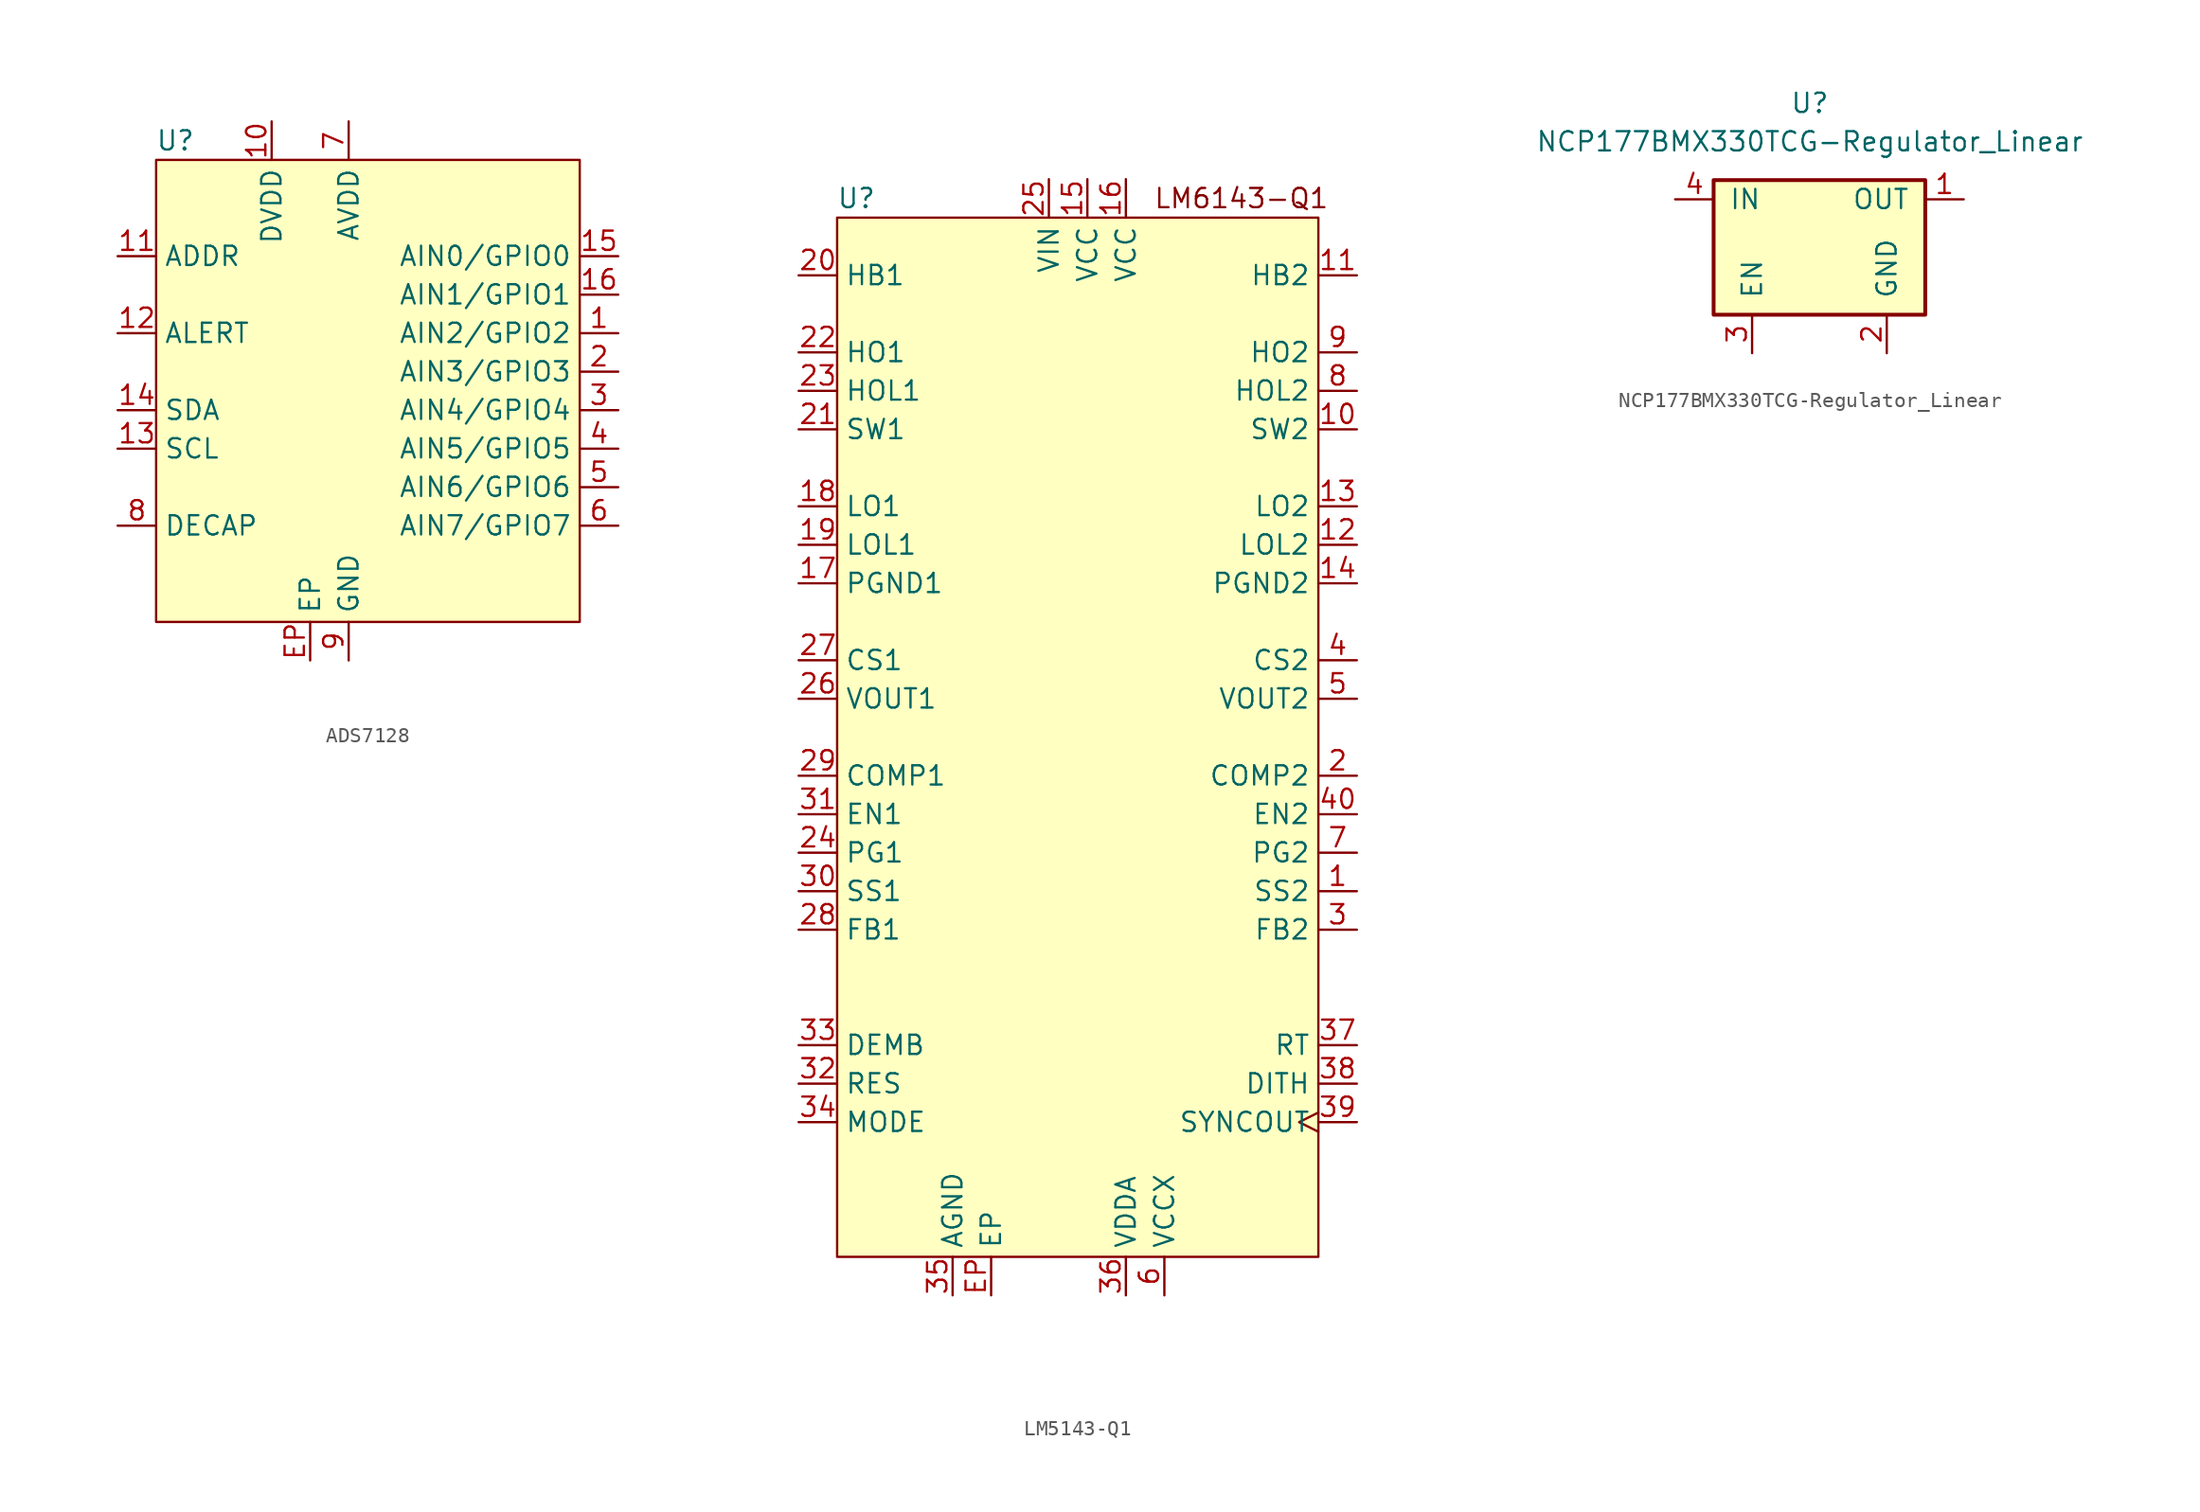
<source format=kicad_sym>
(kicad_symbol_lib
  (version 20220914)
  (generator kicad_symbol_editor)
  (symbol "ADS7128"
    (property "Reference" "U"
      (at -11.43 16.51 0)
      (effects (font (size 1.27 1.27))))
    (property "Value" ""
      (at -11.43 16.51 0)
      (effects (font (size 1.27 1.27))))
    (symbol "ADS7128_1_1"
      (rectangle (start -12.7 15.24) (end 15.24 -15.24) (stroke (width 0) (type default)) (fill (type background)))
      (pin bidirectional line (at 17.78 3.81 180) (length 2.54) (name "AIN2/GPIO2" (effects (font (size 1.27 1.27)))) (number "1" (effects (font (size 1.27 1.27)))))
      (pin power_in line (at -5.08 17.78 270) (length 2.54) (name "DVDD" (effects (font (size 1.27 1.27)))) (number "10" (effects (font (size 1.27 1.27)))))
      (pin input line (at -15.24 8.89 0) (length 2.54) (name "ADDR" (effects (font (size 1.27 1.27)))) (number "11" (effects (font (size 1.27 1.27)))))
      (pin output line (at -15.24 3.81 0) (length 2.54) (name "ALERT" (effects (font (size 1.27 1.27)))) (number "12" (effects (font (size 1.27 1.27)))))
      (pin bidirectional line (at -15.24 -3.81 0) (length 2.54) (name "SCL" (effects (font (size 1.27 1.27)))) (number "13" (effects (font (size 1.27 1.27)))))
      (pin bidirectional line (at -15.24 -1.27 0) (length 2.54) (name "SDA" (effects (font (size 1.27 1.27)))) (number "14" (effects (font (size 1.27 1.27)))))
      (pin bidirectional line (at 17.78 8.89 180) (length 2.54) (name "AIN0/GPIO0" (effects (font (size 1.27 1.27)))) (number "15" (effects (font (size 1.27 1.27)))))
      (pin bidirectional line (at 17.78 6.35 180) (length 2.54) (name "AIN1/GPIO1" (effects (font (size 1.27 1.27)))) (number "16" (effects (font (size 1.27 1.27)))))
      (pin bidirectional line (at 17.78 1.27 180) (length 2.54) (name "AIN3/GPIO3" (effects (font (size 1.27 1.27)))) (number "2" (effects (font (size 1.27 1.27)))))
      (pin bidirectional line (at 17.78 -1.27 180) (length 2.54) (name "AIN4/GPIO4" (effects (font (size 1.27 1.27)))) (number "3" (effects (font (size 1.27 1.27)))))
      (pin bidirectional line (at 17.78 -3.81 180) (length 2.54) (name "AIN5/GPIO5" (effects (font (size 1.27 1.27)))) (number "4" (effects (font (size 1.27 1.27)))))
      (pin bidirectional line (at 17.78 -6.35 180) (length 2.54) (name "AIN6/GPIO6" (effects (font (size 1.27 1.27)))) (number "5" (effects (font (size 1.27 1.27)))))
      (pin bidirectional line (at 17.78 -8.89 180) (length 2.54) (name "AIN7/GPIO7" (effects (font (size 1.27 1.27)))) (number "6" (effects (font (size 1.27 1.27)))))
      (pin power_in line (at 0 17.78 270) (length 2.54) (name "AVDD" (effects (font (size 1.27 1.27)))) (number "7" (effects (font (size 1.27 1.27)))))
      (pin power_in line (at -15.24 -8.89 0) (length 2.54) (name "DECAP" (effects (font (size 1.27 1.27)))) (number "8" (effects (font (size 1.27 1.27)))))
      (pin power_in line (at 0 -17.78 90) (length 2.54) (name "GND" (effects (font (size 1.27 1.27)))) (number "9" (effects (font (size 1.27 1.27)))))
      (pin free line (at -2.54 -17.78 90) (length 2.54) (name "EP" (effects (font (size 1.27 1.27)))) (number "EP" (effects (font (size 1.27 1.27)))))))
  (symbol "LM5143-Q1"
    (property "Reference" "U"
      (at -13.97 31.75 0)
      (effects (font (size 1.27 1.27))))
    (property "Value" ""
      (at 10.16 16.51 0)
      (effects (font (size 1.27 1.27))))
    (symbol "LM5143-Q1_1_1"
      (rectangle (start -15.24 30.48) (end 16.51 -38.1) (stroke (width 0) (type default)) (fill (type background)))
      (text "LM6143-Q1\n" (at 11.43 31.75 0) (effects (font (size 1.27 1.27))))
      (pin input line (at 19.05 -13.97 180) (length 2.54) (name "SS2" (effects (font (size 1.27 1.27)))) (number "1" (effects (font (size 1.27 1.27)))))
      (pin power_out line (at 19.05 16.51 180) (length 2.54) (name "SW2" (effects (font (size 1.27 1.27)))) (number "10" (effects (font (size 1.27 1.27)))))
      (pin power_out line (at 19.05 26.67 180) (length 2.54) (name "HB2" (effects (font (size 1.27 1.27)))) (number "11" (effects (font (size 1.27 1.27)))))
      (pin output line (at 19.05 8.89 180) (length 2.54) (name "LOL2" (effects (font (size 1.27 1.27)))) (number "12" (effects (font (size 1.27 1.27)))))
      (pin output line (at 19.05 11.43 180) (length 2.54) (name "LO2" (effects (font (size 1.27 1.27)))) (number "13" (effects (font (size 1.27 1.27)))))
      (pin power_in line (at 19.05 6.35 180) (length 2.54) (name "PGND2" (effects (font (size 1.27 1.27)))) (number "14" (effects (font (size 1.27 1.27)))))
      (pin power_in line (at 1.27 33.02 270) (length 2.54) (name "VCC" (effects (font (size 1.27 1.27)))) (number "15" (effects (font (size 1.27 1.27)))))
      (pin power_in line (at 3.81 33.02 270) (length 2.54) (name "VCC" (effects (font (size 1.27 1.27)))) (number "16" (effects (font (size 1.27 1.27)))))
      (pin power_in line (at -17.78 6.35 0) (length 2.54) (name "PGND1" (effects (font (size 1.27 1.27)))) (number "17" (effects (font (size 1.27 1.27)))))
      (pin output line (at -17.78 11.43 0) (length 2.54) (name "LO1" (effects (font (size 1.27 1.27)))) (number "18" (effects (font (size 1.27 1.27)))))
      (pin output line (at -17.78 8.89 0) (length 2.54) (name "LOL1" (effects (font (size 1.27 1.27)))) (number "19" (effects (font (size 1.27 1.27)))))
      (pin output line (at 19.05 -6.35 180) (length 2.54) (name "COMP2" (effects (font (size 1.27 1.27)))) (number "2" (effects (font (size 1.27 1.27)))))
      (pin power_out line (at -17.78 26.67 0) (length 2.54) (name "HB1" (effects (font (size 1.27 1.27)))) (number "20" (effects (font (size 1.27 1.27)))))
      (pin power_out line (at -17.78 16.51 0) (length 2.54) (name "SW1" (effects (font (size 1.27 1.27)))) (number "21" (effects (font (size 1.27 1.27)))))
      (pin output line (at -17.78 21.59 0) (length 2.54) (name "HO1" (effects (font (size 1.27 1.27)))) (number "22" (effects (font (size 1.27 1.27)))))
      (pin output line (at -17.78 19.05 0) (length 2.54) (name "HOL1" (effects (font (size 1.27 1.27)))) (number "23" (effects (font (size 1.27 1.27)))))
      (pin output line (at -17.78 -11.43 0) (length 2.54) (name "PG1" (effects (font (size 1.27 1.27)))) (number "24" (effects (font (size 1.27 1.27)))))
      (pin power_in line (at -1.27 33.02 270) (length 2.54) (name "VIN" (effects (font (size 1.27 1.27)))) (number "25" (effects (font (size 1.27 1.27)))))
      (pin power_out line (at -17.78 -1.27 0) (length 2.54) (name "VOUT1" (effects (font (size 1.27 1.27)))) (number "26" (effects (font (size 1.27 1.27)))))
      (pin input line (at -17.78 1.27 0) (length 2.54) (name "CS1" (effects (font (size 1.27 1.27)))) (number "27" (effects (font (size 1.27 1.27)))))
      (pin input line (at -17.78 -16.51 0) (length 2.54) (name "FB1" (effects (font (size 1.27 1.27)))) (number "28" (effects (font (size 1.27 1.27)))))
      (pin output line (at -17.78 -6.35 0) (length 2.54) (name "COMP1" (effects (font (size 1.27 1.27)))) (number "29" (effects (font (size 1.27 1.27)))))
      (pin input line (at 19.05 -16.51 180) (length 2.54) (name "FB2" (effects (font (size 1.27 1.27)))) (number "3" (effects (font (size 1.27 1.27)))))
      (pin input line (at -17.78 -13.97 0) (length 2.54) (name "SS1" (effects (font (size 1.27 1.27)))) (number "30" (effects (font (size 1.27 1.27)))))
      (pin input line (at -17.78 -8.89 0) (length 2.54) (name "EN1" (effects (font (size 1.27 1.27)))) (number "31" (effects (font (size 1.27 1.27)))))
      (pin output line (at -17.78 -26.67 0) (length 2.54) (name "RES" (effects (font (size 1.27 1.27)))) (number "32" (effects (font (size 1.27 1.27)))))
      (pin input line (at -17.78 -24.13 0) (length 2.54) (name "DEMB" (effects (font (size 1.27 1.27)))) (number "33" (effects (font (size 1.27 1.27)))))
      (pin input line (at -17.78 -29.21 0) (length 2.54) (name "MODE" (effects (font (size 1.27 1.27)))) (number "34" (effects (font (size 1.27 1.27)))))
      (pin power_in line (at -7.62 -40.64 90) (length 2.54) (name "AGND" (effects (font (size 1.27 1.27)))) (number "35" (effects (font (size 1.27 1.27)))))
      (pin output line (at 3.81 -40.64 90) (length 2.54) (name "VDDA" (effects (font (size 1.27 1.27)))) (number "36" (effects (font (size 1.27 1.27)))))
      (pin input line (at 19.05 -24.13 180) (length 2.54) (name "RT" (effects (font (size 1.27 1.27)))) (number "37" (effects (font (size 1.27 1.27)))))
      (pin input line (at 19.05 -26.67 180) (length 2.54) (name "DITH" (effects (font (size 1.27 1.27)))) (number "38" (effects (font (size 1.27 1.27)))))
      (pin output clock (at 19.05 -29.21 180) (length 2.54) (name "SYNCOUT" (effects (font (size 1.27 1.27)))) (number "39" (effects (font (size 1.27 1.27)))))
      (pin input line (at 19.05 1.27 180) (length 2.54) (name "CS2" (effects (font (size 1.27 1.27)))) (number "4" (effects (font (size 1.27 1.27)))))
      (pin input line (at 19.05 -8.89 180) (length 2.54) (name "EN2" (effects (font (size 1.27 1.27)))) (number "40" (effects (font (size 1.27 1.27)))))
      (pin input line (at 19.05 -1.27 180) (length 2.54) (name "VOUT2" (effects (font (size 1.27 1.27)))) (number "5" (effects (font (size 1.27 1.27)))))
      (pin power_in line (at 6.35 -40.64 90) (length 2.54) (name "VCCX" (effects (font (size 1.27 1.27)))) (number "6" (effects (font (size 1.27 1.27)))))
      (pin output line (at 19.05 -11.43 180) (length 2.54) (name "PG2" (effects (font (size 1.27 1.27)))) (number "7" (effects (font (size 1.27 1.27)))))
      (pin output line (at 19.05 19.05 180) (length 2.54) (name "HOL2" (effects (font (size 1.27 1.27)))) (number "8" (effects (font (size 1.27 1.27)))))
      (pin output line (at 19.05 21.59 180) (length 2.54) (name "HO2" (effects (font (size 1.27 1.27)))) (number "9" (effects (font (size 1.27 1.27)))))
      (pin power_out line (at -5.08 -40.64 90) (length 2.54) (name "EP" (effects (font (size 1.27 1.27)))) (number "EP" (effects (font (size 1.27 1.27)))))))
  (symbol "NCP177BMX330TCG-Regulator_Linear"
    (pin_names
      (offset 1.016))
    (property "Reference" "U"
      (at 1.27 8.89 0)
      (effects (font (size 1.27 1.27))))
    (property "Value" "NCP177BMX330TCG-Regulator_Linear"
      (at 1.27 6.35 0)
      (effects (font (size 1.27 1.27))))
    (symbol "NCP177BMX330TCG-Regulator_Linear_0_1"
      (rectangle (start -5.08 3.81) (end 8.89 -5.08) (stroke (width 0.254) (type solid)) (fill (type background))))
    (symbol "NCP177BMX330TCG-Regulator_Linear_1_1"
      (pin power_out line (at 11.43 2.54 180) (length 2.54) (name "OUT" (effects (font (size 1.27 1.27)))) (number "1" (effects (font (size 1.27 1.27)))))
      (pin power_in line (at 6.35 -7.62 90) (length 2.54) (name "GND" (effects (font (size 1.27 1.27)))) (number "2" (effects (font (size 1.27 1.27)))))
      (pin input line (at -2.54 -7.62 90) (length 2.54) (name "EN" (effects (font (size 1.27 1.27)))) (number "3" (effects (font (size 1.27 1.27)))))
      (pin power_in line (at -7.62 2.54 0) (length 2.54) (name "IN" (effects (font (size 1.27 1.27)))) (number "4" (effects (font (size 1.27 1.27)))))
      (pin power_in line (at 6.35 -7.62 90) (length 2.54) hide (name "GND" (effects (font (size 1.27 1.27)))) (number "5" (effects (font (size 1.27 1.27))))))))
</source>
